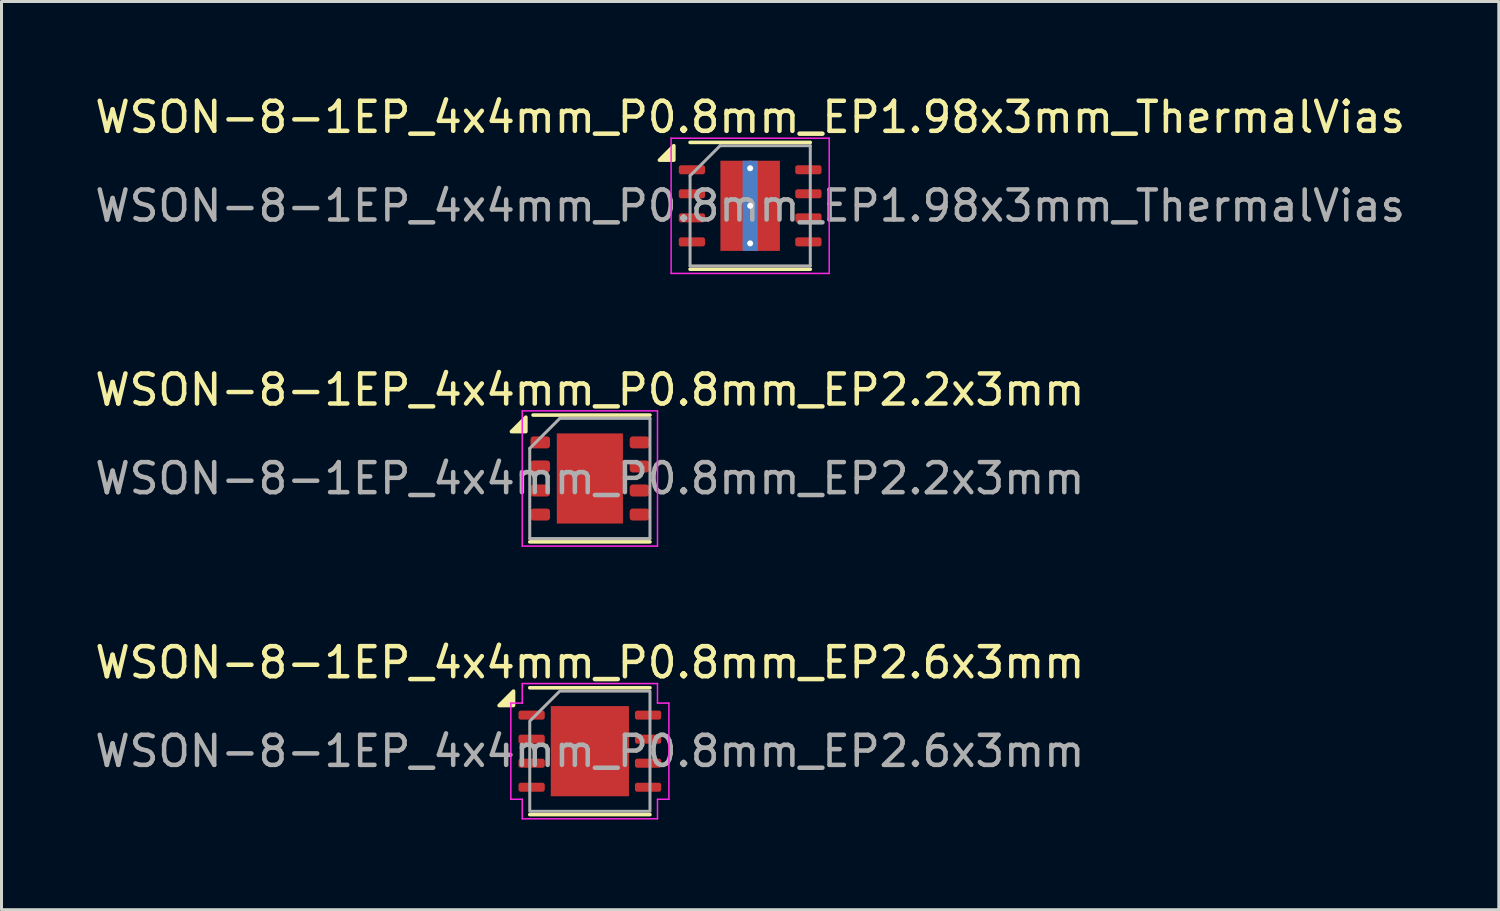
<source format=kicad_pcb>
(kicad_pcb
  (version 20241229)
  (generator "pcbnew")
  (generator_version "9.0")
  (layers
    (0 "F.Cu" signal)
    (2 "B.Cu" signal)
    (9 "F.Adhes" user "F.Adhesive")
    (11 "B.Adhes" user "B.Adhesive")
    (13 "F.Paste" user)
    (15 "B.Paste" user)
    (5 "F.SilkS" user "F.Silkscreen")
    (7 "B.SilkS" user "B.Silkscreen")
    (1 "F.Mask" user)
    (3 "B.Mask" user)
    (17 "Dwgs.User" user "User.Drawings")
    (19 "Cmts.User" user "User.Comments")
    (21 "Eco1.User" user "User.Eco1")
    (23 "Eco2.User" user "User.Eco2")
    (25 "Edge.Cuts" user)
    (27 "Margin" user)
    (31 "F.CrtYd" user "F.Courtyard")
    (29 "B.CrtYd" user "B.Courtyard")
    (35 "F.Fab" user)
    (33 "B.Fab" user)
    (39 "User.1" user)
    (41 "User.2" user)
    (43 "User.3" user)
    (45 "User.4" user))
  (footprint "WSON-8-1EP_4x4mm_P0.8mm_EP2.6x3mm"
    (layer "F.Cu")
    (at 16.577 21.945)
    (property "Reference" "WSON-8-1EP_4x4mm_P0.8mm_EP2.6x3mm" (at 0 -2.95 0) (layer "F.SilkS") (effects (font (size 1 1) (thickness 0.15))))
    (attr smd)
    (fp_line (start -2 -2.11) (end 2 -2.11) (stroke (width 0.12) (type solid)) (layer "F.SilkS"))
    (fp_line (start -2 2.11) (end 2 2.11) (stroke (width 0.12) (type solid)) (layer "F.SilkS"))
    (fp_poly (pts (xy -2.54 -1.52) (xy -3.02 -1.52) (xy -2.54 -2)) (stroke (width 0.12) (type solid)) (fill yes) (layer "F.SilkS"))
    (fp_line (start -2.63 -1.6) (end -2.25 -1.6) (stroke (width 0.05) (type solid)) (layer "F.CrtYd"))
    (fp_line (start -2.63 1.6) (end -2.63 -1.6) (stroke (width 0.05) (type solid)) (layer "F.CrtYd"))
    (fp_line (start -2.25 -2.25) (end 2.25 -2.25) (stroke (width 0.05) (type solid)) (layer "F.CrtYd"))
    (fp_line (start -2.25 -1.6) (end -2.25 -2.25) (stroke (width 0.05) (type solid)) (layer "F.CrtYd"))
    (fp_line (start -2.25 1.6) (end -2.63 1.6) (stroke (width 0.05) (type solid)) (layer "F.CrtYd"))
    (fp_line (start -2.25 2.25) (end -2.25 1.6) (stroke (width 0.05) (type solid)) (layer "F.CrtYd"))
    (fp_line (start 2.25 -2.25) (end 2.25 -1.6) (stroke (width 0.05) (type solid)) (layer "F.CrtYd"))
    (fp_line (start 2.25 -1.6) (end 2.63 -1.6) (stroke (width 0.05) (type solid)) (layer "F.CrtYd"))
    (fp_line (start 2.25 1.6) (end 2.25 2.25) (stroke (width 0.05) (type solid)) (layer "F.CrtYd"))
    (fp_line (start 2.25 2.25) (end -2.25 2.25) (stroke (width 0.05) (type solid)) (layer "F.CrtYd"))
    (fp_line (start 2.63 -1.6) (end 2.63 1.6) (stroke (width 0.05) (type solid)) (layer "F.CrtYd"))
    (fp_line (start 2.63 1.6) (end 2.25 1.6) (stroke (width 0.05) (type solid)) (layer "F.CrtYd"))
    (fp_poly (pts (xy -2 -1) (xy -2 2) (xy 2 2) (xy 2 -2) (xy -1 -2)) (stroke (width 0.1) (type solid)) (fill no) (layer "F.Fab"))
    (fp_text user "${REFERENCE}" (at 0 0 0) (layer "F.Fab") (effects (font (size 1 1) (thickness 0.15))))
    (pad "" smd roundrect (at -0.65 -0.75) (size 1.05 1.21) (layers "F.Paste") (roundrect_rratio 0.238))
    (pad "" smd roundrect (at -0.65 0.75) (size 1.05 1.21) (layers "F.Paste") (roundrect_rratio 0.238))
    (pad "" smd roundrect (at 0.65 -0.75) (size 1.05 1.21) (layers "F.Paste") (roundrect_rratio 0.238))
    (pad "" smd roundrect (at 0.65 0.75) (size 1.05 1.21) (layers "F.Paste") (roundrect_rratio 0.238))
    (pad "1" smd roundrect (at -1.938 -1.2) (size 0.875 0.3) (layers "F.Cu" "F.Mask" "F.Paste") (roundrect_rratio 0.25))
    (pad "2" smd roundrect (at -1.938 -0.4) (size 0.875 0.3) (layers "F.Cu" "F.Mask" "F.Paste") (roundrect_rratio 0.25))
    (pad "3" smd roundrect (at -1.938 0.4) (size 0.875 0.3) (layers "F.Cu" "F.Mask" "F.Paste") (roundrect_rratio 0.25))
    (pad "4" smd roundrect (at -1.938 1.2) (size 0.875 0.3) (layers "F.Cu" "F.Mask" "F.Paste") (roundrect_rratio 0.25))
    (pad "5" smd roundrect (at 1.938 1.2) (size 0.875 0.3) (layers "F.Cu" "F.Mask" "F.Paste") (roundrect_rratio 0.25))
    (pad "6" smd roundrect (at 1.938 0.4) (size 0.875 0.3) (layers "F.Cu" "F.Mask" "F.Paste") (roundrect_rratio 0.25))
    (pad "7" smd roundrect (at 1.938 -0.4) (size 0.875 0.3) (layers "F.Cu" "F.Mask" "F.Paste") (roundrect_rratio 0.25))
    (pad "8" smd roundrect (at 1.938 -1.2) (size 0.875 0.3) (layers "F.Cu" "F.Mask" "F.Paste") (roundrect_rratio 0.25))
    (pad "9" smd rect (at 0 0) (size 2.6 3) (property pad_prop_heatsink) (layers "F.Cu" "F.Mask")))
  (footprint "WSON-8-1EP_4x4mm_P0.8mm_EP2.2x3mm"
    (layer "F.Cu")
    (at 16.577 12.871)
    (property "Reference" "WSON-8-1EP_4x4mm_P0.8mm_EP2.2x3mm" (at 0 -2.95 0) (layer "F.SilkS") (effects (font (size 1 1) (thickness 0.15))))
    (attr smd)
    (fp_line (start -2 2.11) (end 2 2.11) (stroke (width 0.12) (type solid)) (layer "F.SilkS"))
    (fp_line (start -1.89 -2.11) (end 2 -2.11) (stroke (width 0.12) (type solid)) (layer "F.SilkS"))
    (fp_poly (pts (xy -2.13 -1.56) (xy -2.61 -1.56) (xy -2.13 -2.04) (xy -2.13 -1.56)) (stroke (width 0.12) (type solid)) (fill yes) (layer "F.SilkS"))
    (fp_line (start -2.25 -2.25) (end -2.25 2.25) (stroke (width 0.05) (type solid)) (layer "F.CrtYd"))
    (fp_line (start -2.25 2.25) (end 2.25 2.25) (stroke (width 0.05) (type solid)) (layer "F.CrtYd"))
    (fp_line (start 2.25 -2.25) (end -2.25 -2.25) (stroke (width 0.05) (type solid)) (layer "F.CrtYd"))
    (fp_line (start 2.25 2.25) (end 2.25 -2.25) (stroke (width 0.05) (type solid)) (layer "F.CrtYd"))
    (fp_line (start -2 -1) (end -1 -2) (stroke (width 0.1) (type solid)) (layer "F.Fab"))
    (fp_line (start -2 2) (end -2 -1) (stroke (width 0.1) (type solid)) (layer "F.Fab"))
    (fp_line (start -1 -2) (end 2 -2) (stroke (width 0.1) (type solid)) (layer "F.Fab"))
    (fp_line (start 2 -2) (end 2 2) (stroke (width 0.1) (type solid)) (layer "F.Fab"))
    (fp_line (start 2 2) (end -2 2) (stroke (width 0.1) (type solid)) (layer "F.Fab"))
    (fp_text user "${REFERENCE}" (at 0 0 0) (layer "F.Fab") (effects (font (size 1 1) (thickness 0.15))))
    (pad "" smd roundrect (at -0.55 -0.75) (size 0.89 1.21) (layers "F.Paste") (roundrect_rratio 0.25))
    (pad "" smd roundrect (at -0.55 0.75) (size 0.89 1.21) (layers "F.Paste") (roundrect_rratio 0.25))
    (pad "" smd roundrect (at 0.55 -0.75) (size 0.89 1.21) (layers "F.Paste") (roundrect_rratio 0.25))
    (pad "" smd roundrect (at 0.55 0.75) (size 0.89 1.21) (layers "F.Paste") (roundrect_rratio 0.25))
    (pad "1" smd roundrect (at -1.65 -1.2) (size 0.65 0.4) (layers "F.Cu" "F.Mask" "F.Paste") (roundrect_rratio 0.25))
    (pad "2" smd roundrect (at -1.65 -0.4) (size 0.65 0.4) (layers "F.Cu" "F.Mask" "F.Paste") (roundrect_rratio 0.25))
    (pad "3" smd roundrect (at -1.65 0.4) (size 0.65 0.4) (layers "F.Cu" "F.Mask" "F.Paste") (roundrect_rratio 0.25))
    (pad "4" smd roundrect (at -1.65 1.2) (size 0.65 0.4) (layers "F.Cu" "F.Mask" "F.Paste") (roundrect_rratio 0.25))
    (pad "5" smd roundrect (at 1.65 1.2) (size 0.65 0.4) (layers "F.Cu" "F.Mask" "F.Paste") (roundrect_rratio 0.25))
    (pad "6" smd roundrect (at 1.65 0.4) (size 0.65 0.4) (layers "F.Cu" "F.Mask" "F.Paste") (roundrect_rratio 0.25))
    (pad "7" smd roundrect (at 1.65 -0.4) (size 0.65 0.4) (layers "F.Cu" "F.Mask" "F.Paste") (roundrect_rratio 0.25))
    (pad "8" smd roundrect (at 1.65 -1.2) (size 0.65 0.4) (layers "F.Cu" "F.Mask" "F.Paste") (roundrect_rratio 0.25))
    (pad "9" smd rect (at 0 0) (size 2.2 3) (property pad_prop_heatsink) (layers "F.Cu" "F.Mask")))
  (footprint "WSON-8-1EP_4x4mm_P0.8mm_EP1.98x3mm_ThermalVias"
    (layer "F.Cu")
    (at 21.911 3.798)
    (property "Reference" "WSON-8-1EP_4x4mm_P0.8mm_EP1.98x3mm_ThermalVias" (at 0 -2.95 0) (layer "F.SilkS") (effects (font (size 1 1) (thickness 0.15))))
    (attr smd)
    (fp_line (start -2 -2.11) (end 2 -2.11) (stroke (width 0.12) (type solid)) (layer "F.SilkS"))
    (fp_line (start -2 2.11) (end 2 2.11) (stroke (width 0.12) (type solid)) (layer "F.SilkS"))
    (fp_poly (pts (xy -2.54 -1.52) (xy -3.02 -1.52) (xy -2.54 -2) (xy -2.54 -1.52)) (stroke (width 0.12) (type solid)) (fill yes) (layer "F.SilkS"))
    (fp_line (start -2.63 -2.25) (end -2.63 2.25) (stroke (width 0.05) (type solid)) (layer "F.CrtYd"))
    (fp_line (start -2.63 2.25) (end 2.63 2.25) (stroke (width 0.05) (type solid)) (layer "F.CrtYd"))
    (fp_line (start 2.63 -2.25) (end -2.63 -2.25) (stroke (width 0.05) (type solid)) (layer "F.CrtYd"))
    (fp_line (start 2.63 2.25) (end 2.63 -2.25) (stroke (width 0.05) (type solid)) (layer "F.CrtYd"))
    (fp_line (start -2 -1) (end -1 -2) (stroke (width 0.1) (type solid)) (layer "F.Fab"))
    (fp_line (start -2 2) (end -2 -1) (stroke (width 0.1) (type solid)) (layer "F.Fab"))
    (fp_line (start -1 -2) (end 2 -2) (stroke (width 0.1) (type solid)) (layer "F.Fab"))
    (fp_line (start 2 -2) (end 2 2) (stroke (width 0.1) (type solid)) (layer "F.Fab"))
    (fp_line (start 2 2) (end -2 2) (stroke (width 0.1) (type solid)) (layer "F.Fab"))
    (fp_text user "${REFERENCE}" (at 0 0 0) (layer "F.Fab") (effects (font (size 1 1) (thickness 0.15))))
    (pad "" smd roundrect (at -0.495 -0.625) (size 0.798 1.008) (layers "F.Paste") (roundrect_rratio 0.25))
    (pad "" smd roundrect (at -0.495 0.625) (size 0.798 1.008) (layers "F.Paste") (roundrect_rratio 0.25))
    (pad "" smd roundrect (at 0.495 -0.625) (size 0.798 1.008) (layers "F.Paste") (roundrect_rratio 0.25))
    (pad "" smd roundrect (at 0.495 0.625) (size 0.798 1.008) (layers "F.Paste") (roundrect_rratio 0.25))
    (pad "1" smd roundrect (at -1.938 -1.2) (size 0.875 0.3) (layers "F.Cu" "F.Mask" "F.Paste") (roundrect_rratio 0.25))
    (pad "2" smd roundrect (at -1.938 -0.4) (size 0.875 0.3) (layers "F.Cu" "F.Mask" "F.Paste") (roundrect_rratio 0.25))
    (pad "3" smd roundrect (at -1.938 0.4) (size 0.875 0.3) (layers "F.Cu" "F.Mask" "F.Paste") (roundrect_rratio 0.25))
    (pad "4" smd roundrect (at -1.938 1.2) (size 0.875 0.3) (layers "F.Cu" "F.Mask" "F.Paste") (roundrect_rratio 0.25))
    (pad "5" smd roundrect (at 1.938 1.2) (size 0.875 0.3) (layers "F.Cu" "F.Mask" "F.Paste") (roundrect_rratio 0.25))
    (pad "6" smd roundrect (at 1.938 0.4) (size 0.875 0.3) (layers "F.Cu" "F.Mask" "F.Paste") (roundrect_rratio 0.25))
    (pad "7" smd roundrect (at 1.938 -0.4) (size 0.875 0.3) (layers "F.Cu" "F.Mask" "F.Paste") (roundrect_rratio 0.25))
    (pad "8" smd roundrect (at 1.938 -1.2) (size 0.875 0.3) (layers "F.Cu" "F.Mask" "F.Paste") (roundrect_rratio 0.25))
    (pad "9" thru_hole circle (at 0 -1.25) (size 0.5 0.5) (drill 0.2) (property pad_prop_heatsink) (layers "*.Cu"))
    (pad "9" thru_hole circle (at 0 0) (size 0.5 0.5) (drill 0.2) (property pad_prop_heatsink) (layers "*.Cu"))
    (pad "9" smd rect (at 0 0) (size 0.5 3) (property pad_prop_heatsink) (layers "B.Cu"))
    (pad "9" smd rect (at 0 0) (size 1.98 3) (property pad_prop_heatsink) (layers "F.Cu" "F.Mask"))
    (pad "9" thru_hole circle (at 0 1.25) (size 0.5 0.5) (drill 0.2) (property pad_prop_heatsink) (layers "*.Cu")))
  (gr_rect
    (start -3 -3)
    (end 46.821 27.22)
    (stroke (width 0.1) (type default))
    (fill no)
    (layer "Edge.Cuts")))
</source>
